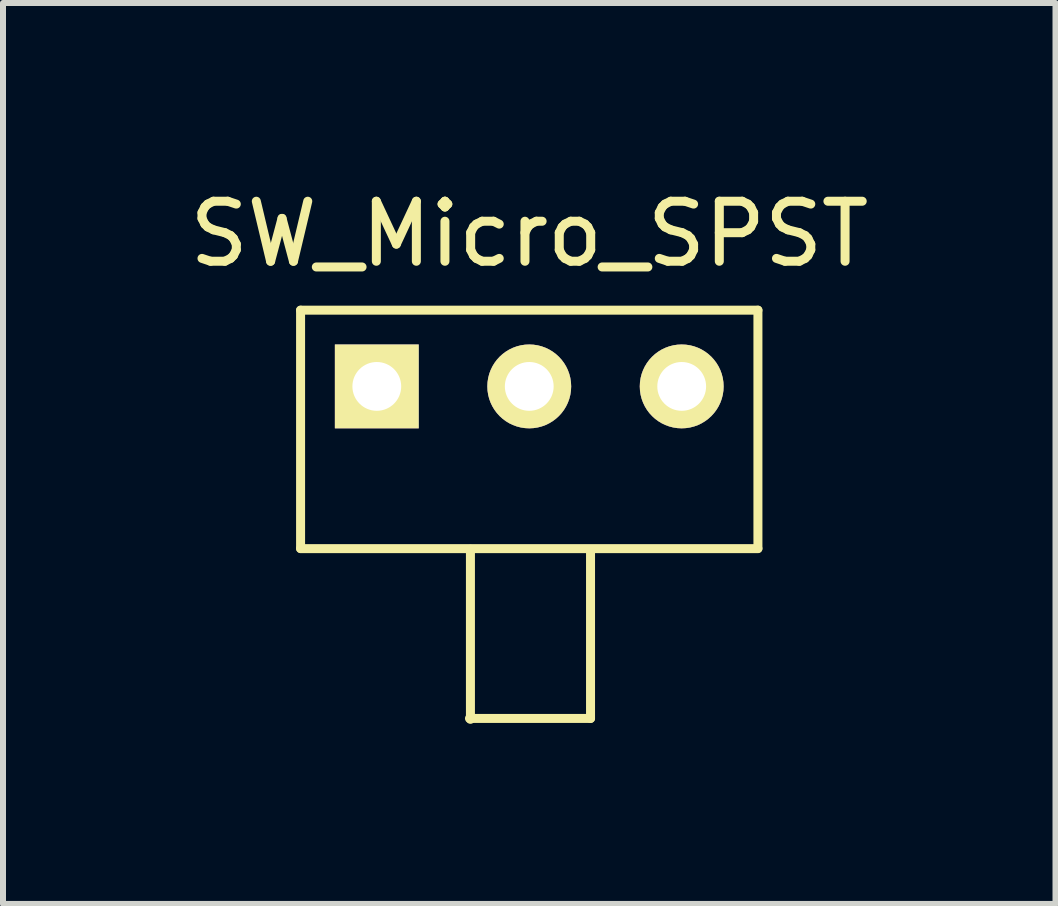
<source format=kicad_pcb>
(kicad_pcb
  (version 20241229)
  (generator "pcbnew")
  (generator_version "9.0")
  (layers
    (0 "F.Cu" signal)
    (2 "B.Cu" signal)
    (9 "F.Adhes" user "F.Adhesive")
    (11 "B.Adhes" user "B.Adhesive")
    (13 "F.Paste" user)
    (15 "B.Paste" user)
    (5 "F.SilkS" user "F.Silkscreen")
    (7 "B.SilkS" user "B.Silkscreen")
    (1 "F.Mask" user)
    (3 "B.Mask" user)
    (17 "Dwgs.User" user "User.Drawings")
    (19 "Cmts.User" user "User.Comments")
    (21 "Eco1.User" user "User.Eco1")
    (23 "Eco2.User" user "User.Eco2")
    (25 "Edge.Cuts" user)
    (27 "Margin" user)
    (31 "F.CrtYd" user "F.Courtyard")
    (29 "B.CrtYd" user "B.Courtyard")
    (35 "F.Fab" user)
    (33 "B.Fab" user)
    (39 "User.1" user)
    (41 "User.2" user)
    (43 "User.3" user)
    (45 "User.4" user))
  (footprint "SW_Micro_SPST"
    (layer "F.Cu")
    (at 5.768 3.388)
    (property "Reference" "SW_Micro_SPST" (at 0 -2.54 0) (layer "F.SilkS") (effects (font (size 1 1) (thickness 0.15))))
    (attr through_hole)
    (fp_line (start -3.81 -1.27) (end 3.81 -1.27) (stroke (width 0.15) (type solid)) (layer "F.SilkS"))
    (fp_line (start -3.81 2.7) (end -3.81 -1.27) (stroke (width 0.15) (type solid)) (layer "F.SilkS"))
    (fp_line (start -0.996 5.532) (end 1.021 5.532) (stroke (width 0.15) (type solid)) (layer "F.SilkS"))
    (fp_line (start -0.98 2.713) (end -0.98 5.547) (stroke (width 0.15) (type solid)) (layer "F.SilkS"))
    (fp_line (start 1.021 5.532) (end 1.021 2.728) (stroke (width 0.15) (type solid)) (layer "F.SilkS"))
    (fp_line (start 3.81 -1.27) (end 3.81 2.7) (stroke (width 0.15) (type solid)) (layer "F.SilkS"))
    (fp_line (start 3.81 2.703) (end -3.81 2.703) (stroke (width 0.15) (type solid)) (layer "F.SilkS"))
    (pad "1" thru_hole rect (at -2.54 0) (size 1.397 1.397) (drill 0.813) (layers "*.Cu" "*.Mask" "F.SilkS"))
    (pad "2" thru_hole circle (at 0 0) (size 1.397 1.397) (drill 0.813) (layers "*.Cu" "*.Mask" "F.SilkS"))
    (pad "3" thru_hole circle (at 2.54 0) (size 1.397 1.397) (drill 0.813) (layers "*.Cu" "*.Mask" "F.SilkS")))
  (gr_rect
    (start -3 -3)
    (end 14.536 12.011)
    (stroke (width 0.1) (type default))
    (fill no)
    (layer "Edge.Cuts")))
</source>
